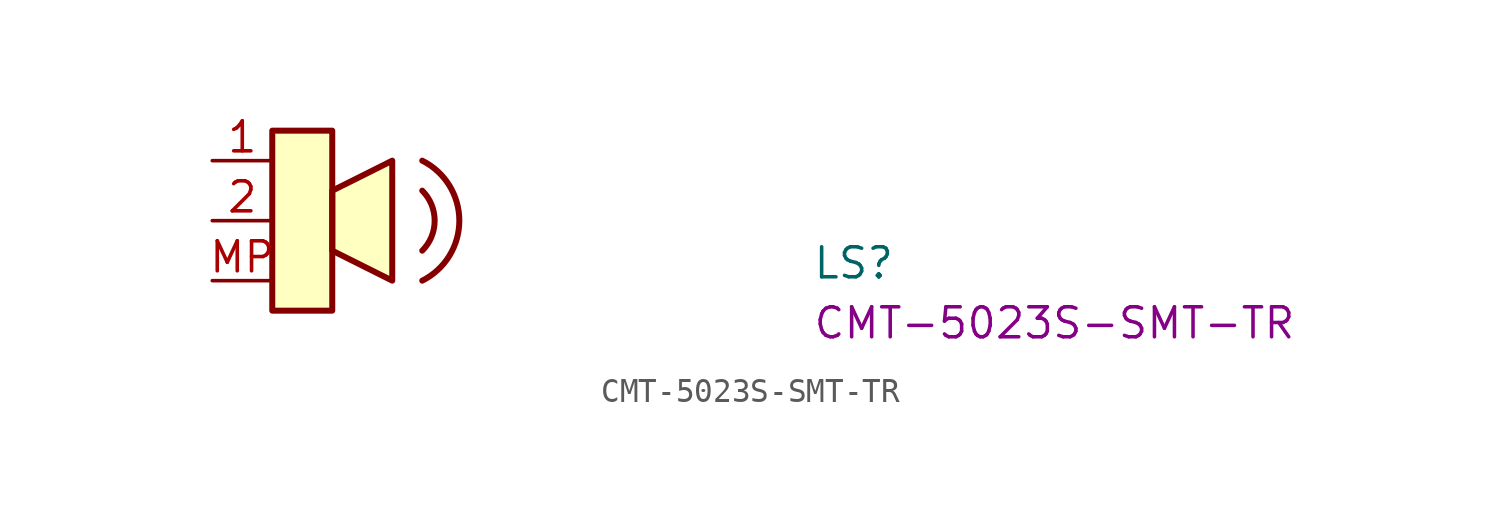
<source format=kicad_sym>
(kicad_symbol_lib
  (version 20220914)
  (generator kicad_symbol_editor)
  (symbol "CMT-5023S-SMT-TR"
    (property "Reference" "LS"
      (at 25.4 -5.08 0)
      (effects (font (size 1.27 1.27) (thickness 0.15)) (justify left bottom)))
    (property "MPN" "CMT-5023S-SMT-TR"
      (at 25.4 -7.62 0)
      (effects (font (size 1.27 1.27) (thickness 0.15)) (justify left bottom)))
    (symbol "CMT-5023S-SMT-TR_1_1"
      (polyline (pts (xy 5.08 -1.27) (xy 7.62 0) (xy 7.62 -5.08) (xy 5.08 -3.81) (xy 5.08 -1.27)) (stroke (width 0.254) (type default)) (fill (type background)))
      (rectangle (start 2.54 1.27) (end 5.08 -6.35) (stroke (width 0.254) (type default)) (fill (type background)))
      (arc (start 8.89 -5.08) (mid 10.4598 -2.54) (end 8.89 0) (stroke (width 0.254) (type default)) (fill (type none)))
      (arc (start 8.89 -3.81) (mid 9.4161 -2.54) (end 8.89 -1.27) (stroke (width 0.254) (type default)) (fill (type none)))
      (pin passive line (at 0 0 0) (length 2.54) (name "~" (effects (font (size 1.27 1.27)))) (number "1" (effects (font (size 1.27 1.27)))))
      (pin passive line (at 0 -2.54 0) (length 2.54) (name "~" (effects (font (size 1.27 1.27)))) (number "2" (effects (font (size 1.27 1.27)))))
      (pin passive line (at 0 -5.08 0) (length 2.54) (name "~" (effects (font (size 1.27 1.27)))) (number "MP" (effects (font (size 1.27 1.27))))))))
</source>
